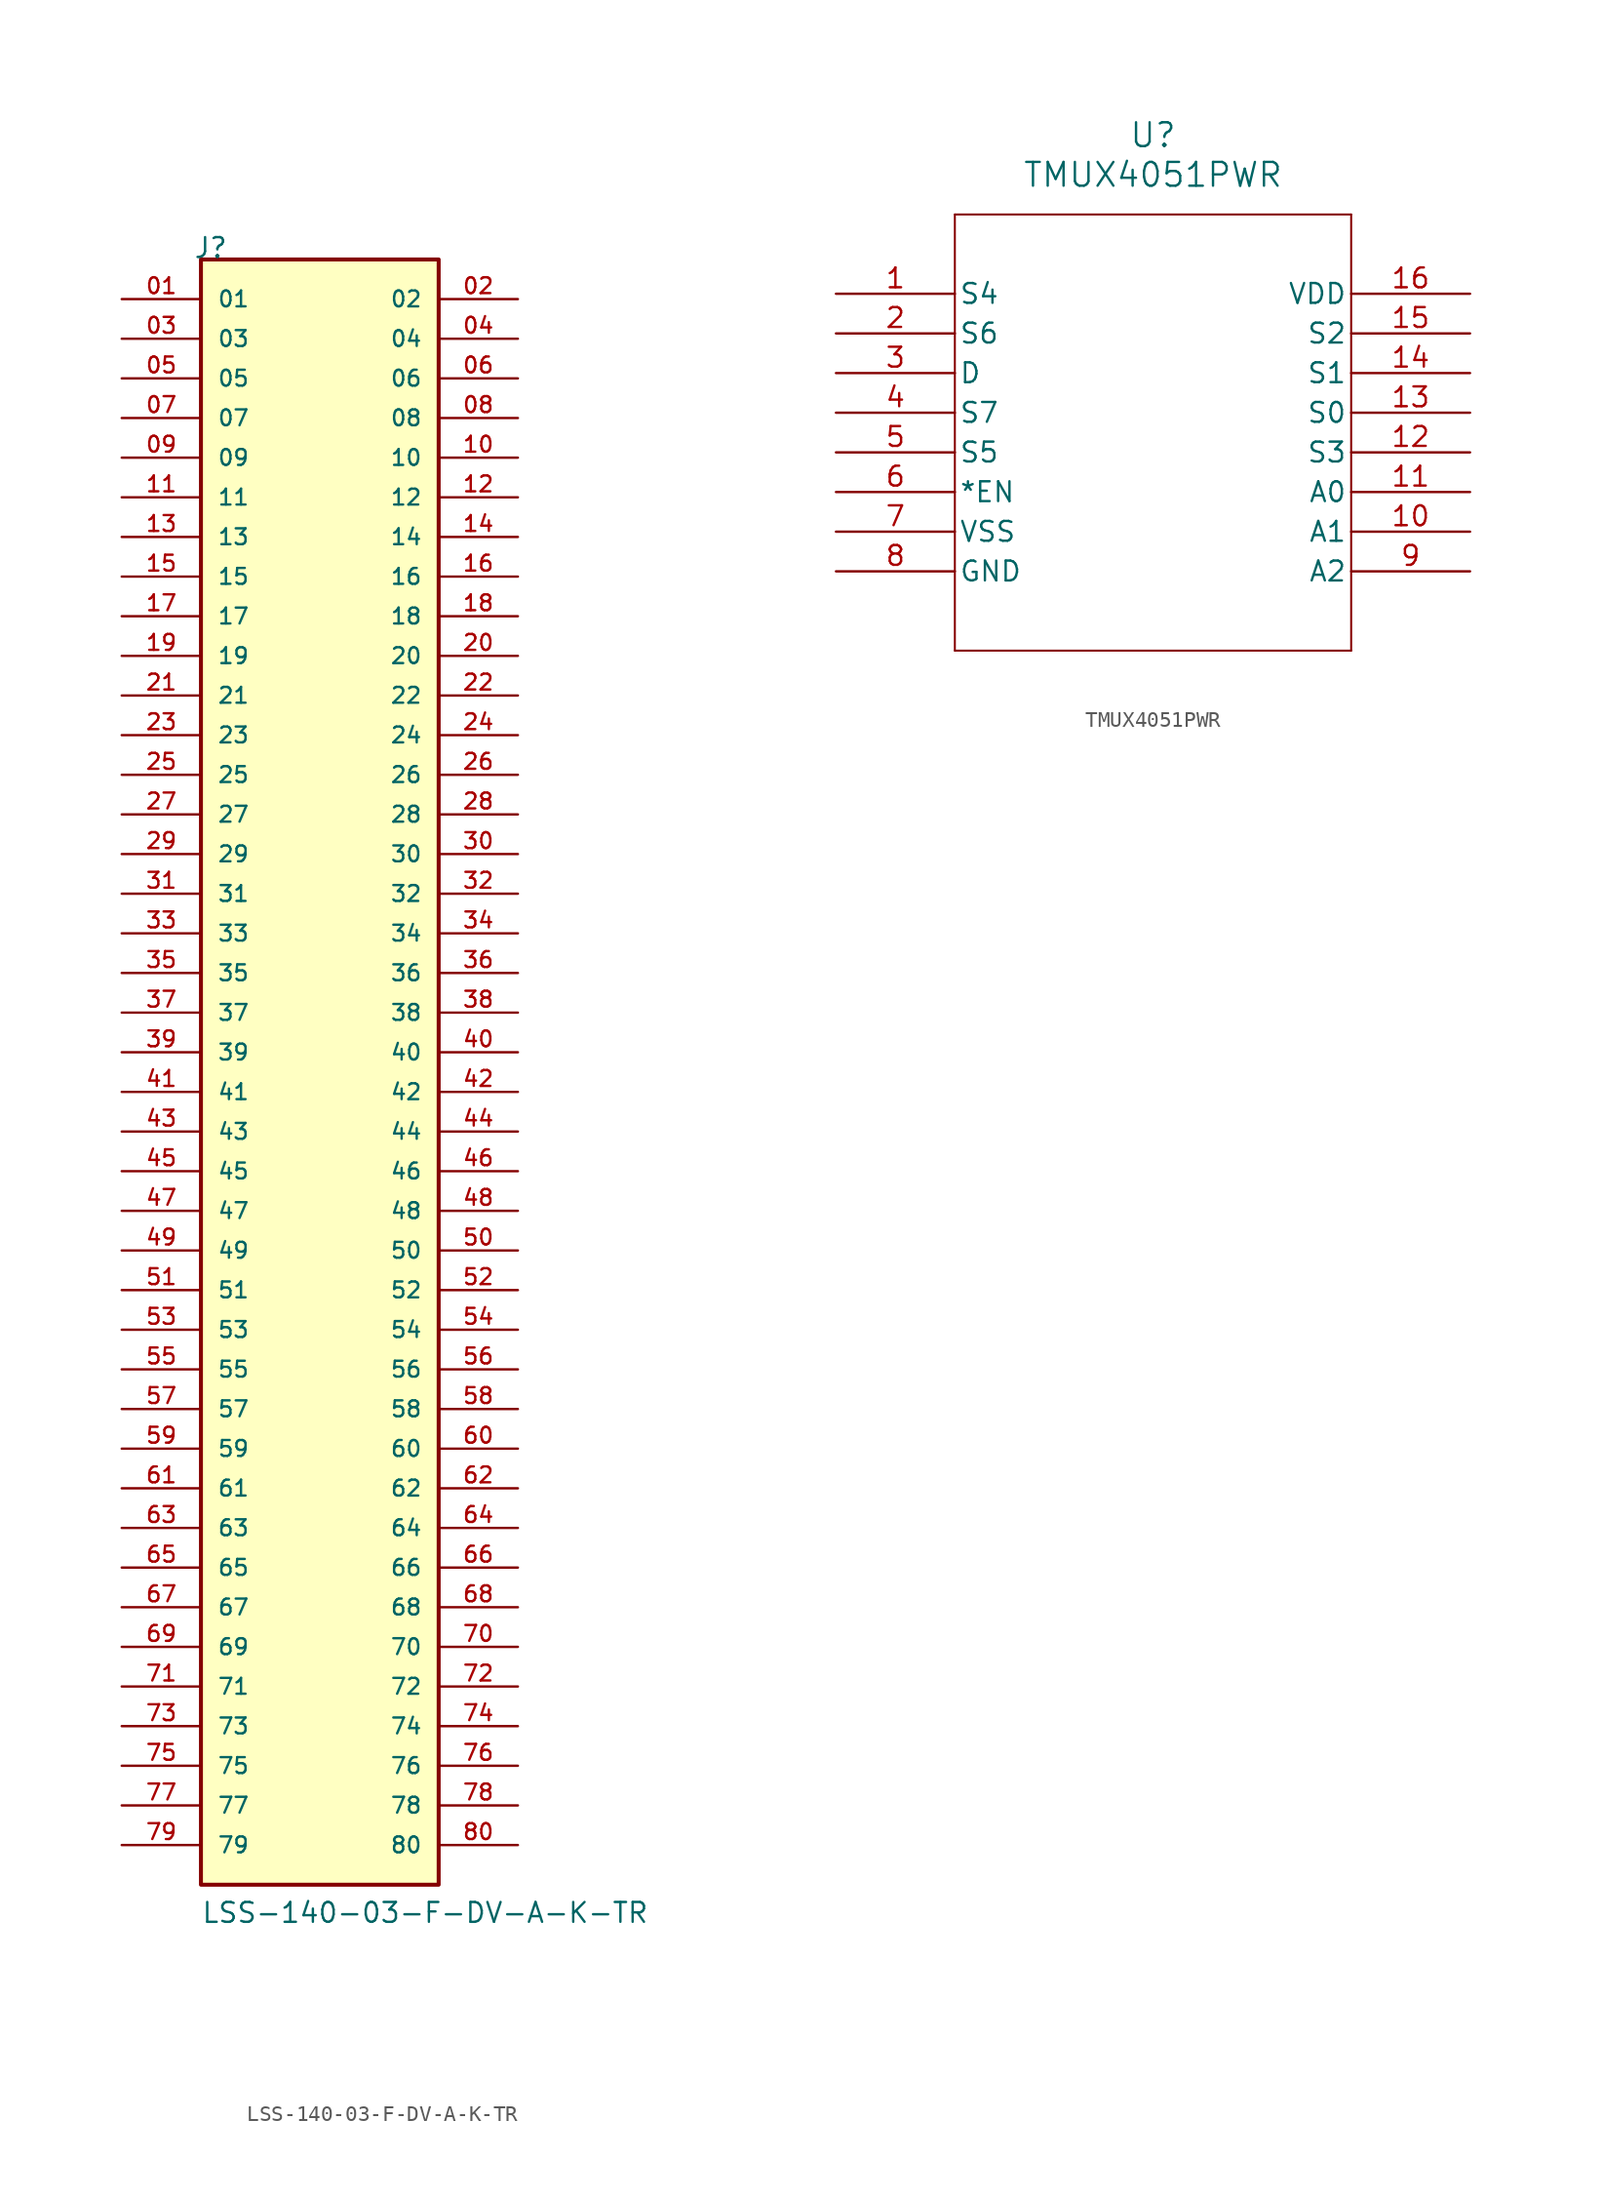
<source format=kicad_sym>
(kicad_symbol_lib
  (version 20231120)
  (generator "kicad_symbol_editor")
  (generator_version "8.0")
  (symbol "LSS-140-03-F-DV-A-K-TR"
    (pin_names
      (offset 1.016))
    (property "Reference" "J"
      (at -8.12 53.34 0)
      (effects (font (size 1.27 1.27)) (justify left bottom)))
    (property "Value" "LSS-140-03-F-DV-A-K-TR"
      (at -7.62 -53.34 0)
      (effects (font (size 1.27 1.27)) (justify left bottom)))
    (symbol "LSS-140-03-F-DV-A-K-TR_0_0"
      (rectangle (start -7.62 -50.8) (end 7.62 53.34) (stroke (width 0.254) (type default)) (fill (type background)))
      (pin passive line (at -12.7 50.8 0) (length 5.08) (name "01" (effects (font (size 1.016 1.016)))) (number "01" (effects (font (size 1.016 1.016)))))
      (pin passive line (at 12.7 50.8 180) (length 5.08) (name "02" (effects (font (size 1.016 1.016)))) (number "02" (effects (font (size 1.016 1.016)))))
      (pin passive line (at -12.7 48.26 0) (length 5.08) (name "03" (effects (font (size 1.016 1.016)))) (number "03" (effects (font (size 1.016 1.016)))))
      (pin passive line (at 12.7 48.26 180) (length 5.08) (name "04" (effects (font (size 1.016 1.016)))) (number "04" (effects (font (size 1.016 1.016)))))
      (pin passive line (at -12.7 45.72 0) (length 5.08) (name "05" (effects (font (size 1.016 1.016)))) (number "05" (effects (font (size 1.016 1.016)))))
      (pin passive line (at 12.7 45.72 180) (length 5.08) (name "06" (effects (font (size 1.016 1.016)))) (number "06" (effects (font (size 1.016 1.016)))))
      (pin passive line (at -12.7 43.18 0) (length 5.08) (name "07" (effects (font (size 1.016 1.016)))) (number "07" (effects (font (size 1.016 1.016)))))
      (pin passive line (at 12.7 43.18 180) (length 5.08) (name "08" (effects (font (size 1.016 1.016)))) (number "08" (effects (font (size 1.016 1.016)))))
      (pin passive line (at -12.7 40.64 0) (length 5.08) (name "09" (effects (font (size 1.016 1.016)))) (number "09" (effects (font (size 1.016 1.016)))))
      (pin passive line (at 12.7 40.64 180) (length 5.08) (name "10" (effects (font (size 1.016 1.016)))) (number "10" (effects (font (size 1.016 1.016)))))
      (pin passive line (at -12.7 38.1 0) (length 5.08) (name "11" (effects (font (size 1.016 1.016)))) (number "11" (effects (font (size 1.016 1.016)))))
      (pin passive line (at 12.7 38.1 180) (length 5.08) (name "12" (effects (font (size 1.016 1.016)))) (number "12" (effects (font (size 1.016 1.016)))))
      (pin passive line (at -12.7 35.56 0) (length 5.08) (name "13" (effects (font (size 1.016 1.016)))) (number "13" (effects (font (size 1.016 1.016)))))
      (pin passive line (at 12.7 35.56 180) (length 5.08) (name "14" (effects (font (size 1.016 1.016)))) (number "14" (effects (font (size 1.016 1.016)))))
      (pin passive line (at -12.7 33.02 0) (length 5.08) (name "15" (effects (font (size 1.016 1.016)))) (number "15" (effects (font (size 1.016 1.016)))))
      (pin passive line (at 12.7 33.02 180) (length 5.08) (name "16" (effects (font (size 1.016 1.016)))) (number "16" (effects (font (size 1.016 1.016)))))
      (pin passive line (at -12.7 30.48 0) (length 5.08) (name "17" (effects (font (size 1.016 1.016)))) (number "17" (effects (font (size 1.016 1.016)))))
      (pin passive line (at 12.7 30.48 180) (length 5.08) (name "18" (effects (font (size 1.016 1.016)))) (number "18" (effects (font (size 1.016 1.016)))))
      (pin passive line (at -12.7 27.94 0) (length 5.08) (name "19" (effects (font (size 1.016 1.016)))) (number "19" (effects (font (size 1.016 1.016)))))
      (pin passive line (at 12.7 27.94 180) (length 5.08) (name "20" (effects (font (size 1.016 1.016)))) (number "20" (effects (font (size 1.016 1.016)))))
      (pin passive line (at -12.7 25.4 0) (length 5.08) (name "21" (effects (font (size 1.016 1.016)))) (number "21" (effects (font (size 1.016 1.016)))))
      (pin passive line (at 12.7 25.4 180) (length 5.08) (name "22" (effects (font (size 1.016 1.016)))) (number "22" (effects (font (size 1.016 1.016)))))
      (pin passive line (at -12.7 22.86 0) (length 5.08) (name "23" (effects (font (size 1.016 1.016)))) (number "23" (effects (font (size 1.016 1.016)))))
      (pin passive line (at 12.7 22.86 180) (length 5.08) (name "24" (effects (font (size 1.016 1.016)))) (number "24" (effects (font (size 1.016 1.016)))))
      (pin passive line (at -12.7 20.32 0) (length 5.08) (name "25" (effects (font (size 1.016 1.016)))) (number "25" (effects (font (size 1.016 1.016)))))
      (pin passive line (at 12.7 20.32 180) (length 5.08) (name "26" (effects (font (size 1.016 1.016)))) (number "26" (effects (font (size 1.016 1.016)))))
      (pin passive line (at -12.7 17.78 0) (length 5.08) (name "27" (effects (font (size 1.016 1.016)))) (number "27" (effects (font (size 1.016 1.016)))))
      (pin passive line (at 12.7 17.78 180) (length 5.08) (name "28" (effects (font (size 1.016 1.016)))) (number "28" (effects (font (size 1.016 1.016)))))
      (pin passive line (at -12.7 15.24 0) (length 5.08) (name "29" (effects (font (size 1.016 1.016)))) (number "29" (effects (font (size 1.016 1.016)))))
      (pin passive line (at 12.7 15.24 180) (length 5.08) (name "30" (effects (font (size 1.016 1.016)))) (number "30" (effects (font (size 1.016 1.016)))))
      (pin passive line (at -12.7 12.7 0) (length 5.08) (name "31" (effects (font (size 1.016 1.016)))) (number "31" (effects (font (size 1.016 1.016)))))
      (pin passive line (at 12.7 12.7 180) (length 5.08) (name "32" (effects (font (size 1.016 1.016)))) (number "32" (effects (font (size 1.016 1.016)))))
      (pin passive line (at -12.7 10.16 0) (length 5.08) (name "33" (effects (font (size 1.016 1.016)))) (number "33" (effects (font (size 1.016 1.016)))))
      (pin passive line (at 12.7 10.16 180) (length 5.08) (name "34" (effects (font (size 1.016 1.016)))) (number "34" (effects (font (size 1.016 1.016)))))
      (pin passive line (at -12.7 7.62 0) (length 5.08) (name "35" (effects (font (size 1.016 1.016)))) (number "35" (effects (font (size 1.016 1.016)))))
      (pin passive line (at 12.7 7.62 180) (length 5.08) (name "36" (effects (font (size 1.016 1.016)))) (number "36" (effects (font (size 1.016 1.016)))))
      (pin passive line (at -12.7 5.08 0) (length 5.08) (name "37" (effects (font (size 1.016 1.016)))) (number "37" (effects (font (size 1.016 1.016)))))
      (pin passive line (at 12.7 5.08 180) (length 5.08) (name "38" (effects (font (size 1.016 1.016)))) (number "38" (effects (font (size 1.016 1.016)))))
      (pin passive line (at -12.7 2.54 0) (length 5.08) (name "39" (effects (font (size 1.016 1.016)))) (number "39" (effects (font (size 1.016 1.016)))))
      (pin passive line (at 12.7 2.54 180) (length 5.08) (name "40" (effects (font (size 1.016 1.016)))) (number "40" (effects (font (size 1.016 1.016)))))
      (pin passive line (at -12.7 0 0) (length 5.08) (name "41" (effects (font (size 1.016 1.016)))) (number "41" (effects (font (size 1.016 1.016)))))
      (pin passive line (at 12.7 0 180) (length 5.08) (name "42" (effects (font (size 1.016 1.016)))) (number "42" (effects (font (size 1.016 1.016)))))
      (pin passive line (at -12.7 -2.54 0) (length 5.08) (name "43" (effects (font (size 1.016 1.016)))) (number "43" (effects (font (size 1.016 1.016)))))
      (pin passive line (at 12.7 -2.54 180) (length 5.08) (name "44" (effects (font (size 1.016 1.016)))) (number "44" (effects (font (size 1.016 1.016)))))
      (pin passive line (at -12.7 -5.08 0) (length 5.08) (name "45" (effects (font (size 1.016 1.016)))) (number "45" (effects (font (size 1.016 1.016)))))
      (pin passive line (at 12.7 -5.08 180) (length 5.08) (name "46" (effects (font (size 1.016 1.016)))) (number "46" (effects (font (size 1.016 1.016)))))
      (pin passive line (at -12.7 -7.62 0) (length 5.08) (name "47" (effects (font (size 1.016 1.016)))) (number "47" (effects (font (size 1.016 1.016)))))
      (pin passive line (at 12.7 -7.62 180) (length 5.08) (name "48" (effects (font (size 1.016 1.016)))) (number "48" (effects (font (size 1.016 1.016)))))
      (pin passive line (at -12.7 -10.16 0) (length 5.08) (name "49" (effects (font (size 1.016 1.016)))) (number "49" (effects (font (size 1.016 1.016)))))
      (pin passive line (at 12.7 -10.16 180) (length 5.08) (name "50" (effects (font (size 1.016 1.016)))) (number "50" (effects (font (size 1.016 1.016)))))
      (pin passive line (at -12.7 -12.7 0) (length 5.08) (name "51" (effects (font (size 1.016 1.016)))) (number "51" (effects (font (size 1.016 1.016)))))
      (pin passive line (at 12.7 -12.7 180) (length 5.08) (name "52" (effects (font (size 1.016 1.016)))) (number "52" (effects (font (size 1.016 1.016)))))
      (pin passive line (at -12.7 -15.24 0) (length 5.08) (name "53" (effects (font (size 1.016 1.016)))) (number "53" (effects (font (size 1.016 1.016)))))
      (pin passive line (at 12.7 -15.24 180) (length 5.08) (name "54" (effects (font (size 1.016 1.016)))) (number "54" (effects (font (size 1.016 1.016)))))
      (pin passive line (at -12.7 -17.78 0) (length 5.08) (name "55" (effects (font (size 1.016 1.016)))) (number "55" (effects (font (size 1.016 1.016)))))
      (pin passive line (at 12.7 -17.78 180) (length 5.08) (name "56" (effects (font (size 1.016 1.016)))) (number "56" (effects (font (size 1.016 1.016)))))
      (pin passive line (at -12.7 -20.32 0) (length 5.08) (name "57" (effects (font (size 1.016 1.016)))) (number "57" (effects (font (size 1.016 1.016)))))
      (pin passive line (at 12.7 -20.32 180) (length 5.08) (name "58" (effects (font (size 1.016 1.016)))) (number "58" (effects (font (size 1.016 1.016)))))
      (pin passive line (at -12.7 -22.86 0) (length 5.08) (name "59" (effects (font (size 1.016 1.016)))) (number "59" (effects (font (size 1.016 1.016)))))
      (pin passive line (at 12.7 -22.86 180) (length 5.08) (name "60" (effects (font (size 1.016 1.016)))) (number "60" (effects (font (size 1.016 1.016)))))
      (pin passive line (at -12.7 -25.4 0) (length 5.08) (name "61" (effects (font (size 1.016 1.016)))) (number "61" (effects (font (size 1.016 1.016)))))
      (pin passive line (at 12.7 -25.4 180) (length 5.08) (name "62" (effects (font (size 1.016 1.016)))) (number "62" (effects (font (size 1.016 1.016)))))
      (pin passive line (at -12.7 -27.94 0) (length 5.08) (name "63" (effects (font (size 1.016 1.016)))) (number "63" (effects (font (size 1.016 1.016)))))
      (pin passive line (at 12.7 -27.94 180) (length 5.08) (name "64" (effects (font (size 1.016 1.016)))) (number "64" (effects (font (size 1.016 1.016)))))
      (pin passive line (at -12.7 -30.48 0) (length 5.08) (name "65" (effects (font (size 1.016 1.016)))) (number "65" (effects (font (size 1.016 1.016)))))
      (pin passive line (at 12.7 -30.48 180) (length 5.08) (name "66" (effects (font (size 1.016 1.016)))) (number "66" (effects (font (size 1.016 1.016)))))
      (pin passive line (at -12.7 -33.02 0) (length 5.08) (name "67" (effects (font (size 1.016 1.016)))) (number "67" (effects (font (size 1.016 1.016)))))
      (pin passive line (at 12.7 -33.02 180) (length 5.08) (name "68" (effects (font (size 1.016 1.016)))) (number "68" (effects (font (size 1.016 1.016)))))
      (pin passive line (at -12.7 -35.56 0) (length 5.08) (name "69" (effects (font (size 1.016 1.016)))) (number "69" (effects (font (size 1.016 1.016)))))
      (pin passive line (at 12.7 -35.56 180) (length 5.08) (name "70" (effects (font (size 1.016 1.016)))) (number "70" (effects (font (size 1.016 1.016)))))
      (pin passive line (at -12.7 -38.1 0) (length 5.08) (name "71" (effects (font (size 1.016 1.016)))) (number "71" (effects (font (size 1.016 1.016)))))
      (pin passive line (at 12.7 -38.1 180) (length 5.08) (name "72" (effects (font (size 1.016 1.016)))) (number "72" (effects (font (size 1.016 1.016)))))
      (pin passive line (at -12.7 -40.64 0) (length 5.08) (name "73" (effects (font (size 1.016 1.016)))) (number "73" (effects (font (size 1.016 1.016)))))
      (pin passive line (at 12.7 -40.64 180) (length 5.08) (name "74" (effects (font (size 1.016 1.016)))) (number "74" (effects (font (size 1.016 1.016)))))
      (pin passive line (at -12.7 -43.18 0) (length 5.08) (name "75" (effects (font (size 1.016 1.016)))) (number "75" (effects (font (size 1.016 1.016)))))
      (pin passive line (at 12.7 -43.18 180) (length 5.08) (name "76" (effects (font (size 1.016 1.016)))) (number "76" (effects (font (size 1.016 1.016)))))
      (pin passive line (at -12.7 -45.72 0) (length 5.08) (name "77" (effects (font (size 1.016 1.016)))) (number "77" (effects (font (size 1.016 1.016)))))
      (pin passive line (at 12.7 -45.72 180) (length 5.08) (name "78" (effects (font (size 1.016 1.016)))) (number "78" (effects (font (size 1.016 1.016)))))
      (pin passive line (at -12.7 -48.26 0) (length 5.08) (name "79" (effects (font (size 1.016 1.016)))) (number "79" (effects (font (size 1.016 1.016)))))
      (pin passive line (at 12.7 -48.26 180) (length 5.08) (name "80" (effects (font (size 1.016 1.016)))) (number "80" (effects (font (size 1.016 1.016)))))))
  (symbol "TMUX4051PWR"
    (pin_names
      (offset 0.254))
    (property "Reference" "U"
      (at 20.32 10.16 0)
      (effects (font (size 1.524 1.524))))
    (property "Value" "TMUX4051PWR"
      (at 20.32 7.62 0)
      (effects (font (size 1.524 1.524))))
    (symbol "TMUX4051PWR_0_1"
      (polyline (pts (xy 7.62 -22.86) (xy 33.02 -22.86)) (stroke (width 0.127) (type default)) (fill (type none)))
      (polyline (pts (xy 7.62 5.08) (xy 7.62 -22.86)) (stroke (width 0.127) (type default)) (fill (type none)))
      (polyline (pts (xy 33.02 -22.86) (xy 33.02 5.08)) (stroke (width 0.127) (type default)) (fill (type none)))
      (polyline (pts (xy 33.02 5.08) (xy 7.62 5.08)) (stroke (width 0.127) (type default)) (fill (type none)))
      (pin bidirectional line (at 0 0 0) (length 7.62) (name "S4" (effects (font (size 1.27 1.27)))) (number "1" (effects (font (size 1.27 1.27)))))
      (pin input line (at 40.64 -15.24 180) (length 7.62) (name "A1" (effects (font (size 1.27 1.27)))) (number "10" (effects (font (size 1.27 1.27)))))
      (pin input line (at 40.64 -12.7 180) (length 7.62) (name "A0" (effects (font (size 1.27 1.27)))) (number "11" (effects (font (size 1.27 1.27)))))
      (pin bidirectional line (at 40.64 -10.16 180) (length 7.62) (name "S3" (effects (font (size 1.27 1.27)))) (number "12" (effects (font (size 1.27 1.27)))))
      (pin bidirectional line (at 40.64 -7.62 180) (length 7.62) (name "S0" (effects (font (size 1.27 1.27)))) (number "13" (effects (font (size 1.27 1.27)))))
      (pin bidirectional line (at 40.64 -5.08 180) (length 7.62) (name "S1" (effects (font (size 1.27 1.27)))) (number "14" (effects (font (size 1.27 1.27)))))
      (pin bidirectional line (at 40.64 -2.54 180) (length 7.62) (name "S2" (effects (font (size 1.27 1.27)))) (number "15" (effects (font (size 1.27 1.27)))))
      (pin power_in line (at 40.64 0 180) (length 7.62) (name "VDD" (effects (font (size 1.27 1.27)))) (number "16" (effects (font (size 1.27 1.27)))))
      (pin bidirectional line (at 0 -2.54 0) (length 7.62) (name "S6" (effects (font (size 1.27 1.27)))) (number "2" (effects (font (size 1.27 1.27)))))
      (pin bidirectional line (at 0 -5.08 0) (length 7.62) (name "D" (effects (font (size 1.27 1.27)))) (number "3" (effects (font (size 1.27 1.27)))))
      (pin bidirectional line (at 0 -7.62 0) (length 7.62) (name "S7" (effects (font (size 1.27 1.27)))) (number "4" (effects (font (size 1.27 1.27)))))
      (pin bidirectional line (at 0 -10.16 0) (length 7.62) (name "S5" (effects (font (size 1.27 1.27)))) (number "5" (effects (font (size 1.27 1.27)))))
      (pin input line (at 0 -12.7 0) (length 7.62) (name "*EN" (effects (font (size 1.27 1.27)))) (number "6" (effects (font (size 1.27 1.27)))))
      (pin power_out line (at 0 -15.24 0) (length 7.62) (name "VSS" (effects (font (size 1.27 1.27)))) (number "7" (effects (font (size 1.27 1.27)))))
      (pin power_out line (at 0 -17.78 0) (length 7.62) (name "GND" (effects (font (size 1.27 1.27)))) (number "8" (effects (font (size 1.27 1.27)))))
      (pin input line (at 40.64 -17.78 180) (length 7.62) (name "A2" (effects (font (size 1.27 1.27)))) (number "9" (effects (font (size 1.27 1.27))))))))
</source>
